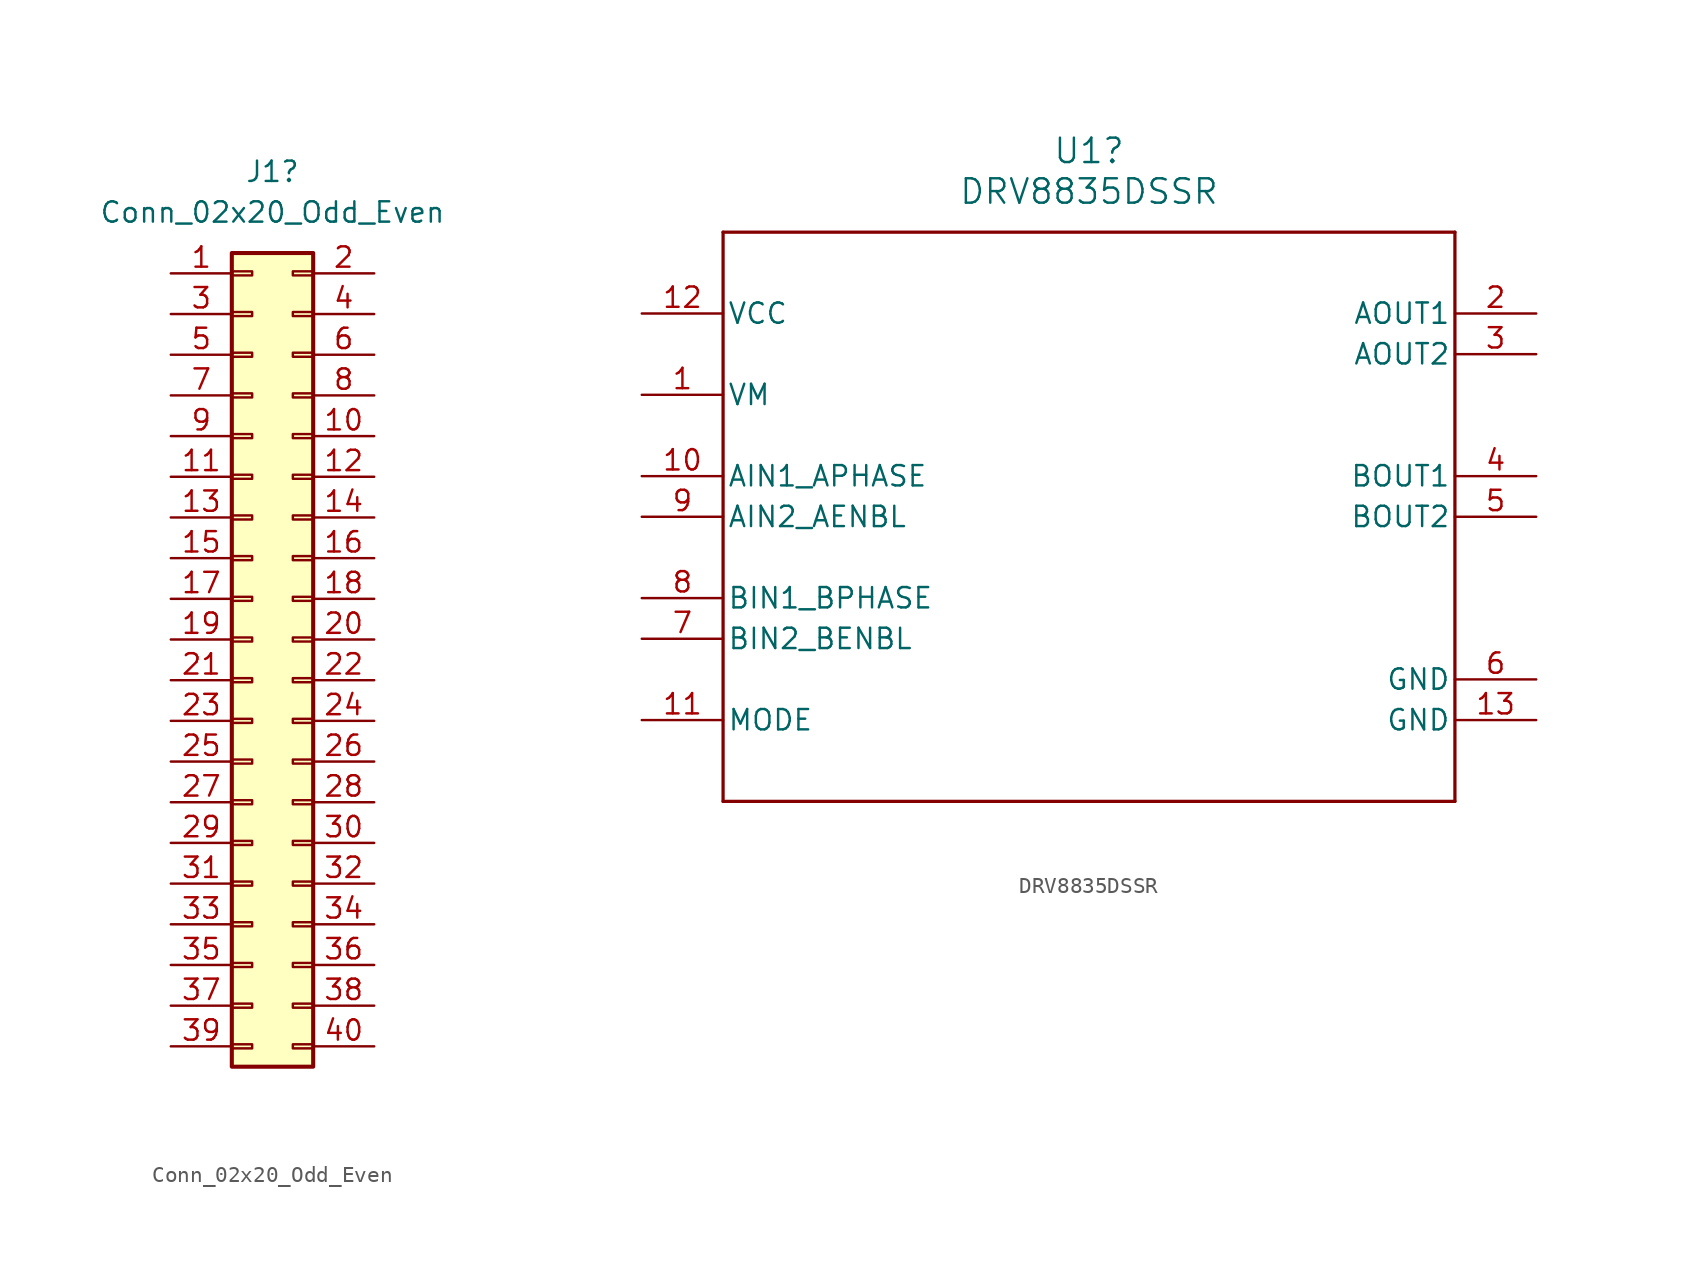
<source format=kicad_sym>
(kicad_symbol_lib
  (version 20231120)
  (generator "kicad_symbol_editor")
  (generator_version "8.0")
  (symbol "Conn_02x20_Odd_Even"
    (pin_names
      (offset 1.016) hide)
    (property "Reference" "J1"
      (at 1.27 29.21 0)
      (effects (font (size 1.27 1.27))))
    (property "Value" "Conn_02x20_Odd_Even"
      (at 1.27 26.67 0)
      (effects (font (size 1.27 1.27))))
    (symbol "Conn_02x20_Odd_Even_1_1"
      (rectangle (start -1.27 -25.273) (end 0 -25.527) (stroke (width 0.152) (type default)) (fill (type none)))
      (rectangle (start -1.27 -22.733) (end 0 -22.987) (stroke (width 0.152) (type default)) (fill (type none)))
      (rectangle (start -1.27 -20.193) (end 0 -20.447) (stroke (width 0.152) (type default)) (fill (type none)))
      (rectangle (start -1.27 -17.653) (end 0 -17.907) (stroke (width 0.152) (type default)) (fill (type none)))
      (rectangle (start -1.27 -15.113) (end 0 -15.367) (stroke (width 0.152) (type default)) (fill (type none)))
      (rectangle (start -1.27 -12.573) (end 0 -12.827) (stroke (width 0.152) (type default)) (fill (type none)))
      (rectangle (start -1.27 -10.033) (end 0 -10.287) (stroke (width 0.152) (type default)) (fill (type none)))
      (rectangle (start -1.27 -7.493) (end 0 -7.747) (stroke (width 0.152) (type default)) (fill (type none)))
      (rectangle (start -1.27 -4.953) (end 0 -5.207) (stroke (width 0.152) (type default)) (fill (type none)))
      (rectangle (start -1.27 -2.413) (end 0 -2.667) (stroke (width 0.152) (type default)) (fill (type none)))
      (rectangle (start -1.27 0.127) (end 0 -0.127) (stroke (width 0.152) (type default)) (fill (type none)))
      (rectangle (start -1.27 2.667) (end 0 2.413) (stroke (width 0.152) (type default)) (fill (type none)))
      (rectangle (start -1.27 5.207) (end 0 4.953) (stroke (width 0.152) (type default)) (fill (type none)))
      (rectangle (start -1.27 7.747) (end 0 7.493) (stroke (width 0.152) (type default)) (fill (type none)))
      (rectangle (start -1.27 10.287) (end 0 10.033) (stroke (width 0.152) (type default)) (fill (type none)))
      (rectangle (start -1.27 12.827) (end 0 12.573) (stroke (width 0.152) (type default)) (fill (type none)))
      (rectangle (start -1.27 15.367) (end 0 15.113) (stroke (width 0.152) (type default)) (fill (type none)))
      (rectangle (start -1.27 17.907) (end 0 17.653) (stroke (width 0.152) (type default)) (fill (type none)))
      (rectangle (start -1.27 20.447) (end 0 20.193) (stroke (width 0.152) (type default)) (fill (type none)))
      (rectangle (start -1.27 22.987) (end 0 22.733) (stroke (width 0.152) (type default)) (fill (type none)))
      (rectangle (start -1.27 24.13) (end 3.81 -26.67) (stroke (width 0.254) (type default)) (fill (type background)))
      (rectangle (start 3.81 -25.273) (end 2.54 -25.527) (stroke (width 0.152) (type default)) (fill (type none)))
      (rectangle (start 3.81 -22.733) (end 2.54 -22.987) (stroke (width 0.152) (type default)) (fill (type none)))
      (rectangle (start 3.81 -20.193) (end 2.54 -20.447) (stroke (width 0.152) (type default)) (fill (type none)))
      (rectangle (start 3.81 -17.653) (end 2.54 -17.907) (stroke (width 0.152) (type default)) (fill (type none)))
      (rectangle (start 3.81 -15.113) (end 2.54 -15.367) (stroke (width 0.152) (type default)) (fill (type none)))
      (rectangle (start 3.81 -12.573) (end 2.54 -12.827) (stroke (width 0.152) (type default)) (fill (type none)))
      (rectangle (start 3.81 -10.033) (end 2.54 -10.287) (stroke (width 0.152) (type default)) (fill (type none)))
      (rectangle (start 3.81 -7.493) (end 2.54 -7.747) (stroke (width 0.152) (type default)) (fill (type none)))
      (rectangle (start 3.81 -4.953) (end 2.54 -5.207) (stroke (width 0.152) (type default)) (fill (type none)))
      (rectangle (start 3.81 -2.413) (end 2.54 -2.667) (stroke (width 0.152) (type default)) (fill (type none)))
      (rectangle (start 3.81 0.127) (end 2.54 -0.127) (stroke (width 0.152) (type default)) (fill (type none)))
      (rectangle (start 3.81 2.667) (end 2.54 2.413) (stroke (width 0.152) (type default)) (fill (type none)))
      (rectangle (start 3.81 5.207) (end 2.54 4.953) (stroke (width 0.152) (type default)) (fill (type none)))
      (rectangle (start 3.81 7.747) (end 2.54 7.493) (stroke (width 0.152) (type default)) (fill (type none)))
      (rectangle (start 3.81 10.287) (end 2.54 10.033) (stroke (width 0.152) (type default)) (fill (type none)))
      (rectangle (start 3.81 12.827) (end 2.54 12.573) (stroke (width 0.152) (type default)) (fill (type none)))
      (rectangle (start 3.81 15.367) (end 2.54 15.113) (stroke (width 0.152) (type default)) (fill (type none)))
      (rectangle (start 3.81 17.907) (end 2.54 17.653) (stroke (width 0.152) (type default)) (fill (type none)))
      (rectangle (start 3.81 20.447) (end 2.54 20.193) (stroke (width 0.152) (type default)) (fill (type none)))
      (rectangle (start 3.81 22.987) (end 2.54 22.733) (stroke (width 0.152) (type default)) (fill (type none)))
      (pin passive line (at -5.08 22.86 0) (length 3.81) (name "Pin_1" (effects (font (size 1.27 1.27)))) (number "1" (effects (font (size 1.27 1.27)))))
      (pin passive line (at 7.62 12.7 180) (length 3.81) (name "Pin_10" (effects (font (size 1.27 1.27)))) (number "10" (effects (font (size 1.27 1.27)))))
      (pin passive line (at -5.08 10.16 0) (length 3.81) (name "Pin_11" (effects (font (size 1.27 1.27)))) (number "11" (effects (font (size 1.27 1.27)))))
      (pin passive line (at 7.62 10.16 180) (length 3.81) (name "Pin_12" (effects (font (size 1.27 1.27)))) (number "12" (effects (font (size 1.27 1.27)))))
      (pin passive line (at -5.08 7.62 0) (length 3.81) (name "Pin_13" (effects (font (size 1.27 1.27)))) (number "13" (effects (font (size 1.27 1.27)))))
      (pin passive line (at 7.62 7.62 180) (length 3.81) (name "Pin_14" (effects (font (size 1.27 1.27)))) (number "14" (effects (font (size 1.27 1.27)))))
      (pin passive line (at -5.08 5.08 0) (length 3.81) (name "Pin_15" (effects (font (size 1.27 1.27)))) (number "15" (effects (font (size 1.27 1.27)))))
      (pin passive line (at 7.62 5.08 180) (length 3.81) (name "Pin_16" (effects (font (size 1.27 1.27)))) (number "16" (effects (font (size 1.27 1.27)))))
      (pin passive line (at -5.08 2.54 0) (length 3.81) (name "Pin_17" (effects (font (size 1.27 1.27)))) (number "17" (effects (font (size 1.27 1.27)))))
      (pin passive line (at 7.62 2.54 180) (length 3.81) (name "Pin_18" (effects (font (size 1.27 1.27)))) (number "18" (effects (font (size 1.27 1.27)))))
      (pin passive line (at -5.08 0 0) (length 3.81) (name "Pin_19" (effects (font (size 1.27 1.27)))) (number "19" (effects (font (size 1.27 1.27)))))
      (pin passive line (at 7.62 22.86 180) (length 3.81) (name "Pin_2" (effects (font (size 1.27 1.27)))) (number "2" (effects (font (size 1.27 1.27)))))
      (pin passive line (at 7.62 0 180) (length 3.81) (name "Pin_20" (effects (font (size 1.27 1.27)))) (number "20" (effects (font (size 1.27 1.27)))))
      (pin passive line (at -5.08 -2.54 0) (length 3.81) (name "Pin_21" (effects (font (size 1.27 1.27)))) (number "21" (effects (font (size 1.27 1.27)))))
      (pin passive line (at 7.62 -2.54 180) (length 3.81) (name "Pin_22" (effects (font (size 1.27 1.27)))) (number "22" (effects (font (size 1.27 1.27)))))
      (pin passive line (at -5.08 -5.08 0) (length 3.81) (name "Pin_23" (effects (font (size 1.27 1.27)))) (number "23" (effects (font (size 1.27 1.27)))))
      (pin passive line (at 7.62 -5.08 180) (length 3.81) (name "Pin_24" (effects (font (size 1.27 1.27)))) (number "24" (effects (font (size 1.27 1.27)))))
      (pin passive line (at -5.08 -7.62 0) (length 3.81) (name "Pin_25" (effects (font (size 1.27 1.27)))) (number "25" (effects (font (size 1.27 1.27)))))
      (pin passive line (at 7.62 -7.62 180) (length 3.81) (name "Pin_26" (effects (font (size 1.27 1.27)))) (number "26" (effects (font (size 1.27 1.27)))))
      (pin passive line (at -5.08 -10.16 0) (length 3.81) (name "Pin_27" (effects (font (size 1.27 1.27)))) (number "27" (effects (font (size 1.27 1.27)))))
      (pin passive line (at 7.62 -10.16 180) (length 3.81) (name "Pin_28" (effects (font (size 1.27 1.27)))) (number "28" (effects (font (size 1.27 1.27)))))
      (pin passive line (at -5.08 -12.7 0) (length 3.81) (name "Pin_29" (effects (font (size 1.27 1.27)))) (number "29" (effects (font (size 1.27 1.27)))))
      (pin passive line (at -5.08 20.32 0) (length 3.81) (name "Pin_3" (effects (font (size 1.27 1.27)))) (number "3" (effects (font (size 1.27 1.27)))))
      (pin passive line (at 7.62 -12.7 180) (length 3.81) (name "Pin_30" (effects (font (size 1.27 1.27)))) (number "30" (effects (font (size 1.27 1.27)))))
      (pin passive line (at -5.08 -15.24 0) (length 3.81) (name "Pin_31" (effects (font (size 1.27 1.27)))) (number "31" (effects (font (size 1.27 1.27)))))
      (pin passive line (at 7.62 -15.24 180) (length 3.81) (name "Pin_32" (effects (font (size 1.27 1.27)))) (number "32" (effects (font (size 1.27 1.27)))))
      (pin passive line (at -5.08 -17.78 0) (length 3.81) (name "Pin_33" (effects (font (size 1.27 1.27)))) (number "33" (effects (font (size 1.27 1.27)))))
      (pin passive line (at 7.62 -17.78 180) (length 3.81) (name "Pin_34" (effects (font (size 1.27 1.27)))) (number "34" (effects (font (size 1.27 1.27)))))
      (pin passive line (at -5.08 -20.32 0) (length 3.81) (name "Pin_35" (effects (font (size 1.27 1.27)))) (number "35" (effects (font (size 1.27 1.27)))))
      (pin passive line (at 7.62 -20.32 180) (length 3.81) (name "Pin_36" (effects (font (size 1.27 1.27)))) (number "36" (effects (font (size 1.27 1.27)))))
      (pin passive line (at -5.08 -22.86 0) (length 3.81) (name "Pin_37" (effects (font (size 1.27 1.27)))) (number "37" (effects (font (size 1.27 1.27)))))
      (pin passive line (at 7.62 -22.86 180) (length 3.81) (name "Pin_38" (effects (font (size 1.27 1.27)))) (number "38" (effects (font (size 1.27 1.27)))))
      (pin passive line (at -5.08 -25.4 0) (length 3.81) (name "Pin_39" (effects (font (size 1.27 1.27)))) (number "39" (effects (font (size 1.27 1.27)))))
      (pin passive line (at 7.62 20.32 180) (length 3.81) (name "Pin_4" (effects (font (size 1.27 1.27)))) (number "4" (effects (font (size 1.27 1.27)))))
      (pin passive line (at 7.62 -25.4 180) (length 3.81) (name "Pin_40" (effects (font (size 1.27 1.27)))) (number "40" (effects (font (size 1.27 1.27)))))
      (pin passive line (at -5.08 17.78 0) (length 3.81) (name "Pin_5" (effects (font (size 1.27 1.27)))) (number "5" (effects (font (size 1.27 1.27)))))
      (pin passive line (at 7.62 17.78 180) (length 3.81) (name "Pin_6" (effects (font (size 1.27 1.27)))) (number "6" (effects (font (size 1.27 1.27)))))
      (pin passive line (at -5.08 15.24 0) (length 3.81) (name "Pin_7" (effects (font (size 1.27 1.27)))) (number "7" (effects (font (size 1.27 1.27)))))
      (pin passive line (at 7.62 15.24 180) (length 3.81) (name "Pin_8" (effects (font (size 1.27 1.27)))) (number "8" (effects (font (size 1.27 1.27)))))
      (pin passive line (at -5.08 12.7 0) (length 3.81) (name "Pin_9" (effects (font (size 1.27 1.27)))) (number "9" (effects (font (size 1.27 1.27)))))))
  (symbol "DRV8835DSSR"
    (pin_names
      (offset 0.254))
    (property "Reference" "U1"
      (at 0 22.86 0)
      (effects (font (size 1.524 1.524))))
    (property "Value" "DRV8835DSSR"
      (at 0 20.32 0)
      (effects (font (size 1.524 1.524))))
    (symbol "DRV8835DSSR_0_1"
      (polyline (pts (xy -22.86 -17.78) (xy 22.86 -17.78)) (stroke (width 0.203) (type default)) (fill (type none)))
      (polyline (pts (xy -22.86 17.78) (xy -22.86 -17.78)) (stroke (width 0.203) (type default)) (fill (type none)))
      (polyline (pts (xy 22.86 -17.78) (xy 22.86 17.78)) (stroke (width 0.203) (type default)) (fill (type none)))
      (polyline (pts (xy 22.86 17.78) (xy -22.86 17.78)) (stroke (width 0.203) (type default)) (fill (type none)))
      (pin power_in line (at -27.94 7.62 0) (length 5.08) (name "VM" (effects (font (size 1.27 1.27)))) (number "1" (effects (font (size 1.27 1.27)))))
      (pin input line (at -27.94 2.54 0) (length 5.08) (name "AIN1_APHASE" (effects (font (size 1.27 1.27)))) (number "10" (effects (font (size 1.27 1.27)))))
      (pin input line (at -27.94 -12.7 0) (length 5.08) (name "MODE" (effects (font (size 1.27 1.27)))) (number "11" (effects (font (size 1.27 1.27)))))
      (pin power_in line (at -27.94 12.7 0) (length 5.08) (name "VCC" (effects (font (size 1.27 1.27)))) (number "12" (effects (font (size 1.27 1.27)))))
      (pin power_in line (at 27.94 -12.7 180) (length 5.08) (name "GND" (effects (font (size 1.27 1.27)))) (number "13" (effects (font (size 1.27 1.27)))))
      (pin output line (at 27.94 12.7 180) (length 5.08) (name "AOUT1" (effects (font (size 1.27 1.27)))) (number "2" (effects (font (size 1.27 1.27)))))
      (pin output line (at 27.94 10.16 180) (length 5.08) (name "AOUT2" (effects (font (size 1.27 1.27)))) (number "3" (effects (font (size 1.27 1.27)))))
      (pin output line (at 27.94 2.54 180) (length 5.08) (name "BOUT1" (effects (font (size 1.27 1.27)))) (number "4" (effects (font (size 1.27 1.27)))))
      (pin output line (at 27.94 0 180) (length 5.08) (name "BOUT2" (effects (font (size 1.27 1.27)))) (number "5" (effects (font (size 1.27 1.27)))))
      (pin power_in line (at 27.94 -10.16 180) (length 5.08) (name "GND" (effects (font (size 1.27 1.27)))) (number "6" (effects (font (size 1.27 1.27)))))
      (pin input line (at -27.94 -7.62 0) (length 5.08) (name "BIN2_BENBL" (effects (font (size 1.27 1.27)))) (number "7" (effects (font (size 1.27 1.27)))))
      (pin input line (at -27.94 -5.08 0) (length 5.08) (name "BIN1_BPHASE" (effects (font (size 1.27 1.27)))) (number "8" (effects (font (size 1.27 1.27)))))
      (pin input line (at -27.94 0 0) (length 5.08) (name "AIN2_AENBL" (effects (font (size 1.27 1.27)))) (number "9" (effects (font (size 1.27 1.27))))))))
</source>
